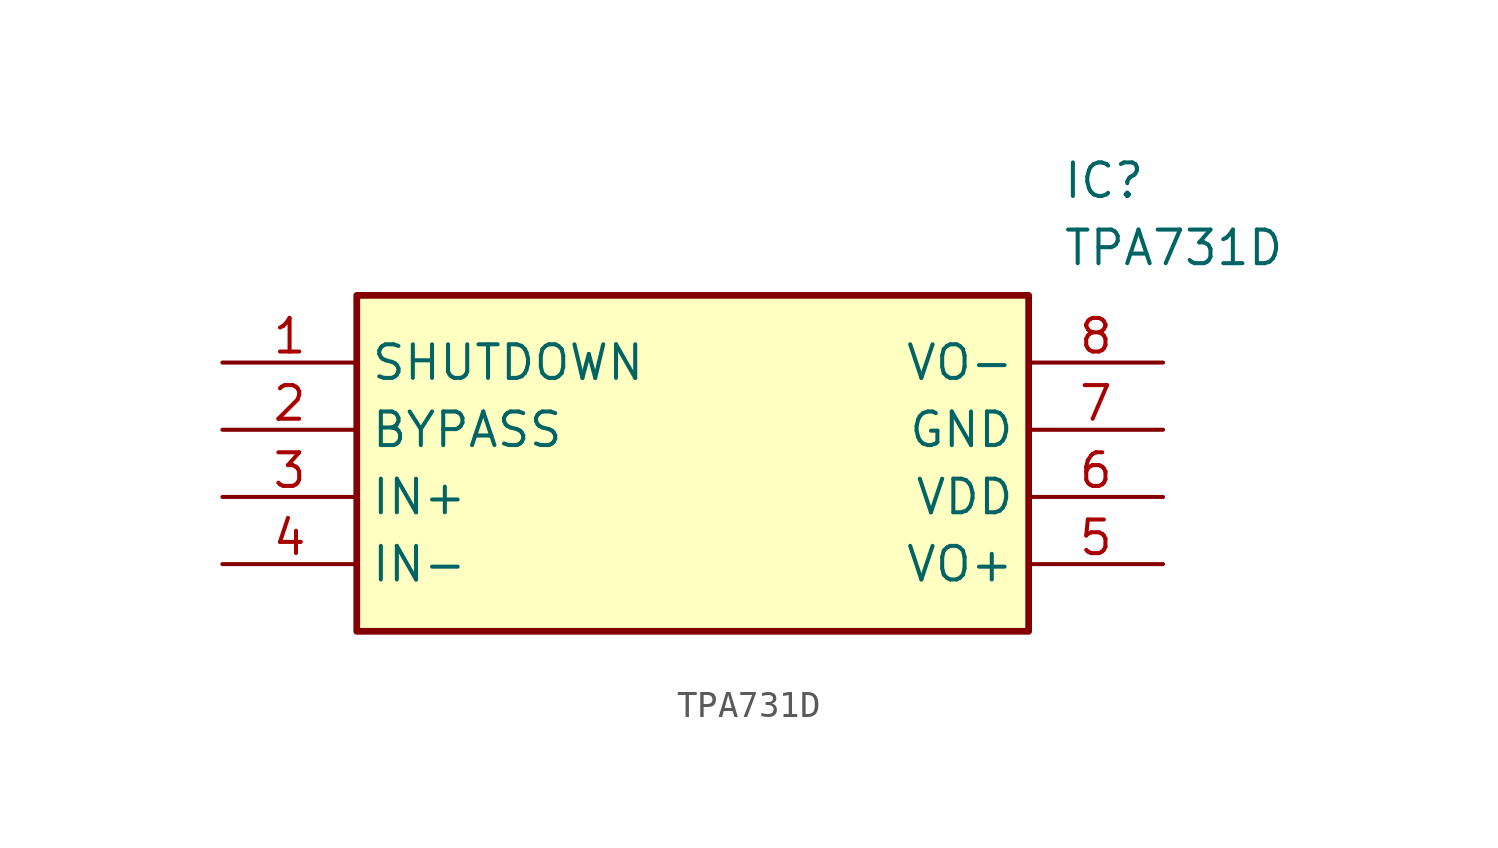
<source format=kicad_sym>
(kicad_symbol_lib
  (version 20211014)
  (generator SamacSys_ECAD_Model)
  (symbol "TPA731D"
    (property "Reference" "IC"
      (at 31.75 7.62 0)
      (effects (font (size 1.27 1.27)) (justify left top)))
    (property "Value" "TPA731D"
      (at 31.75 5.08 0)
      (effects (font (size 1.27 1.27)) (justify left top)))
    (rectangle
      (start 5.08 2.54)
      (end 30.48 -10.16)
      (stroke (width 0.254) (type default))
      (fill (type background)))
    (pin input line
      (at 0 0 0)
      (length 5.08)
      (name "SHUTDOWN" (effects (font (size 1.27 1.27))))
      (number "1" (effects (font (size 1.27 1.27)))))
    (pin input line
      (at 0 -2.54 0)
      (length 5.08)
      (name "BYPASS" (effects (font (size 1.27 1.27))))
      (number "2" (effects (font (size 1.27 1.27)))))
    (pin input line
      (at 0 -5.08 0)
      (length 5.08)
      (name "IN+" (effects (font (size 1.27 1.27))))
      (number "3" (effects (font (size 1.27 1.27)))))
    (pin input line
      (at 0 -7.62 0)
      (length 5.08)
      (name "IN-" (effects (font (size 1.27 1.27))))
      (number "4" (effects (font (size 1.27 1.27)))))
    (pin output line
      (at 35.56 0 180)
      (length 5.08)
      (name "VO-" (effects (font (size 1.27 1.27))))
      (number "8" (effects (font (size 1.27 1.27)))))
    (pin power_in line
      (at 35.56 -2.54 180)
      (length 5.08)
      (name "GND" (effects (font (size 1.27 1.27))))
      (number "7" (effects (font (size 1.27 1.27)))))
    (pin power_in line
      (at 35.56 -5.08 180)
      (length 5.08)
      (name "VDD" (effects (font (size 1.27 1.27))))
      (number "6" (effects (font (size 1.27 1.27)))))
    (pin output line
      (at 35.56 -7.62 180)
      (length 5.08)
      (name "VO+" (effects (font (size 1.27 1.27))))
      (number "5" (effects (font (size 1.27 1.27)))))))
</source>
